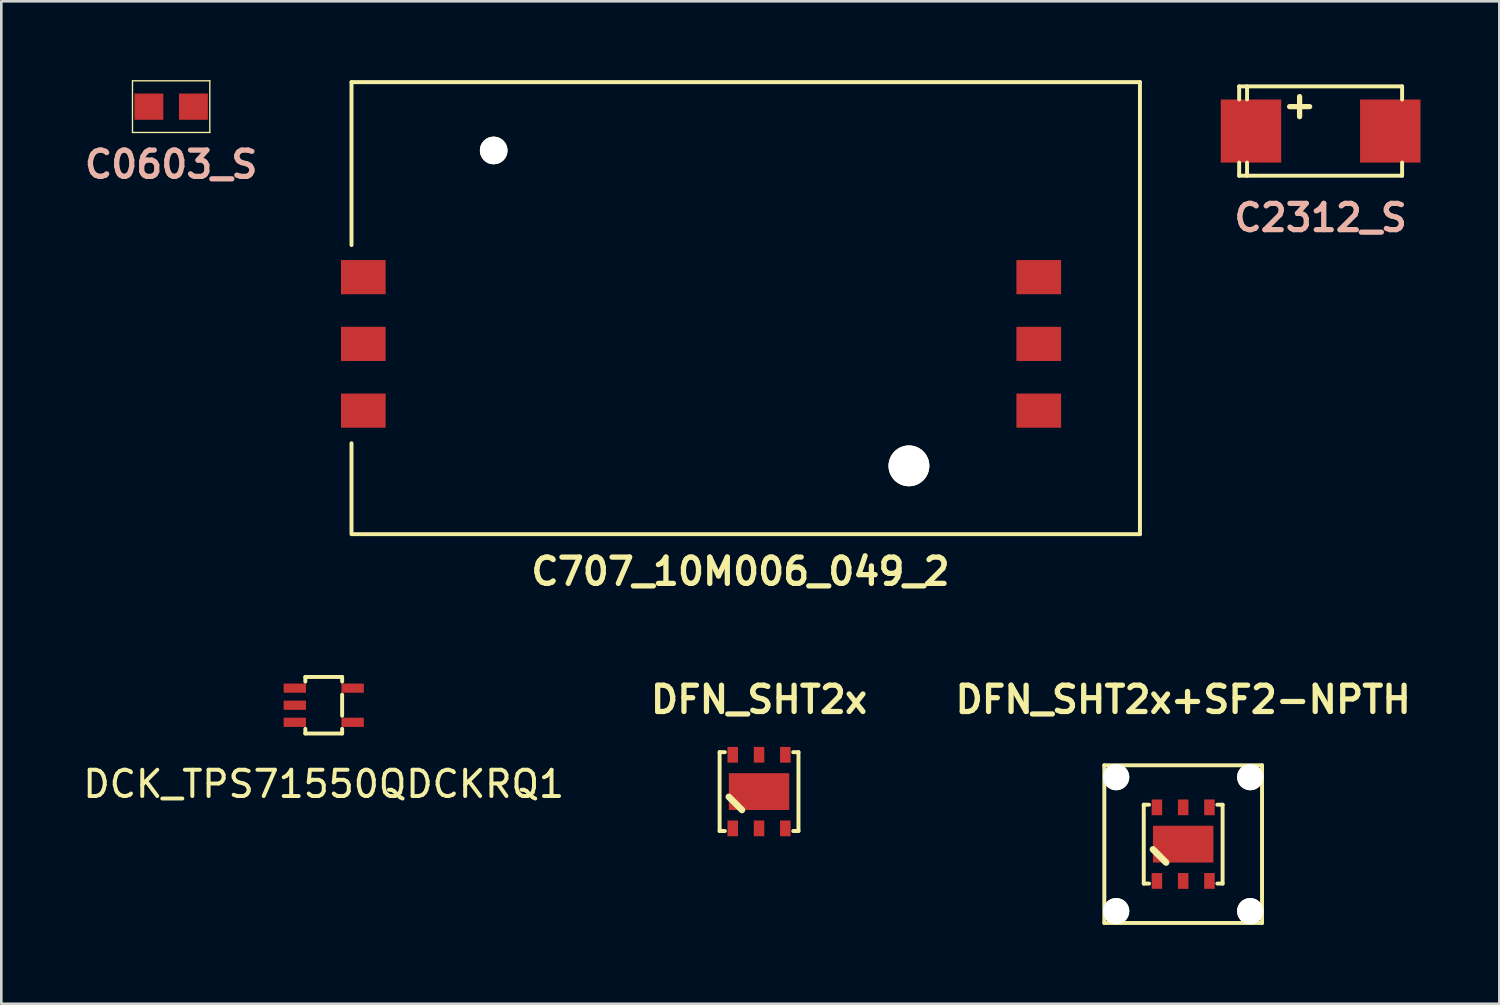
<source format=kicad_pcb>
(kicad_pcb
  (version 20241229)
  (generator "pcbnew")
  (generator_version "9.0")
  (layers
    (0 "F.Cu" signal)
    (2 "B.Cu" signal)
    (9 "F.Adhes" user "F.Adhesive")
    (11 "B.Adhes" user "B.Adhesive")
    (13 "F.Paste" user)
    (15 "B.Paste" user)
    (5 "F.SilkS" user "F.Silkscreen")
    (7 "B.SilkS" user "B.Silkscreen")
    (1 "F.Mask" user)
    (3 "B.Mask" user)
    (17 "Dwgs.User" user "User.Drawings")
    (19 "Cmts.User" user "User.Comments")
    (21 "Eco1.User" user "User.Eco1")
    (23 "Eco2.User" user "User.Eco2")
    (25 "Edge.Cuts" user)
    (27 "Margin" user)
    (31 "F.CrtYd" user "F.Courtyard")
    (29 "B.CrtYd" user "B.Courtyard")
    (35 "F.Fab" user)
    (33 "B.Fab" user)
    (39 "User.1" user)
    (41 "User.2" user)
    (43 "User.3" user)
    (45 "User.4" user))
  (footprint "C0603_S"
    (layer "F.Cu")
    (at 3.462 1.008)
    (property "Reference" "C0603_S" (at 0 2.2 0) (layer "B.SilkS") (effects (font (size 1 1) (thickness 0.2))))
    (attr smd)
    (fp_line (start -1.471 -0.983) (end 1.471 -0.983) (stroke (width 0.051) (type solid)) (layer "F.SilkS"))
    (fp_line (start -1.471 0.983) (end -1.471 -0.983) (stroke (width 0.051) (type solid)) (layer "F.SilkS"))
    (fp_line (start 1.471 -0.983) (end 1.471 0.983) (stroke (width 0.051) (type solid)) (layer "F.SilkS"))
    (fp_line (start 1.471 0.983) (end -1.471 0.983) (stroke (width 0.051) (type solid)) (layer "F.SilkS"))
    (pad "1" smd rect (at -0.848 0) (size 1.1 0.998) (layers "F.Cu" "F.Mask" "F.Paste"))
    (pad "2" smd rect (at 0.848 0) (size 1.1 0.998) (layers "F.Cu" "F.Mask" "F.Paste")))
  (footprint "DFN_SHT2x+SF2-NPTH"
    (layer "F.Cu")
    (at 41.969 29.069)
    (property "Reference" "DFN_SHT2x+SF2-NPTH" (at 0 -5.5 0) (layer "F.SilkS") (effects (font (size 1 1) (thickness 0.2))))
    (attr through_hole)
    (fp_line (start -3 -3) (end -3 3) (stroke (width 0.15) (type solid)) (layer "F.SilkS"))
    (fp_line (start -3 3) (end 3 3) (stroke (width 0.15) (type solid)) (layer "F.SilkS"))
    (fp_line (start -1.5 -1.5) (end -1.5 1.5) (stroke (width 0.15) (type solid)) (layer "F.SilkS"))
    (fp_line (start -1.3 -1.5) (end -1.5 -1.5) (stroke (width 0.15) (type solid)) (layer "F.SilkS"))
    (fp_line (start -1.3 1.5) (end -1.5 1.5) (stroke (width 0.15) (type solid)) (layer "F.SilkS"))
    (fp_line (start -1.15 0.2) (end -0.65 0.7) (stroke (width 0.25) (type solid)) (layer "F.SilkS"))
    (fp_line (start 1.3 -1.5) (end 1.5 -1.5) (stroke (width 0.15) (type solid)) (layer "F.SilkS"))
    (fp_line (start 1.5 -1.5) (end 1.5 1.5) (stroke (width 0.15) (type solid)) (layer "F.SilkS"))
    (fp_line (start 1.5 1.5) (end 1.3 1.5) (stroke (width 0.15) (type solid)) (layer "F.SilkS"))
    (fp_line (start 3 -3) (end -3 -3) (stroke (width 0.15) (type solid)) (layer "F.SilkS"))
    (fp_line (start 3 3) (end 3 -3) (stroke (width 0.15) (type solid)) (layer "F.SilkS"))
    (pad "" np_thru_hole circle (at -2.55 -2.55) (size 1 1) (drill 1) (layers "*.Cu" "*.Mask" "F.SilkS"))
    (pad "" np_thru_hole circle (at -2.55 2.55) (size 1 1) (drill 1) (layers "*.Cu" "*.Mask" "F.SilkS"))
    (pad "" smd rect (at 0 0) (size 2.3 1.4) (layers "F.Cu" "F.Mask" "F.Paste"))
    (pad "" np_thru_hole circle (at 2.55 -2.55) (size 1 1) (drill 1) (layers "*.Cu" "*.Mask" "F.SilkS"))
    (pad "" np_thru_hole circle (at 2.55 2.55) (size 1 1) (drill 1) (layers "*.Cu" "*.Mask" "F.SilkS"))
    (pad "1" smd rect (at -1 1.4) (size 0.4 0.6) (layers "F.Cu" "F.Mask" "F.Paste"))
    (pad "2" smd rect (at 0 1.4) (size 0.4 0.6) (layers "F.Cu" "F.Mask" "F.Paste"))
    (pad "3" smd rect (at 1 1.4) (size 0.4 0.6) (layers "F.Cu" "F.Mask" "F.Paste"))
    (pad "4" smd rect (at 1 -1.4) (size 0.4 0.6) (layers "F.Cu" "F.Mask" "F.Paste"))
    (pad "5" smd rect (at 0 -1.4) (size 0.4 0.6) (layers "F.Cu" "F.Mask" "F.Paste"))
    (pad "6" smd rect (at -1 -1.4) (size 0.4 0.6) (layers "F.Cu" "F.Mask" "F.Paste")))
  (footprint "C2312_S"
    (layer "F.Cu")
    (at 47.199 1.936)
    (property "Reference" "C2312_S" (at 0 3.3 0) (layer "B.SilkS") (effects (font (size 1 1) (thickness 0.2))))
    (attr smd)
    (fp_line (start -3.1 -1.7) (end -3.1 -1.2) (stroke (width 0.15) (type solid)) (layer "F.SilkS"))
    (fp_line (start -3.1 -1.7) (end 3.1 -1.7) (stroke (width 0.15) (type solid)) (layer "F.SilkS"))
    (fp_line (start -3.1 1.2) (end -3.1 1.7) (stroke (width 0.15) (type solid)) (layer "F.SilkS"))
    (fp_line (start -3.1 1.7) (end 3.1 1.7) (stroke (width 0.15) (type solid)) (layer "F.SilkS"))
    (fp_line (start -2.8 -1.7) (end -2.8 -1.2) (stroke (width 0.15) (type solid)) (layer "F.SilkS"))
    (fp_line (start -2.8 1.2) (end -2.8 1.7) (stroke (width 0.15) (type solid)) (layer "F.SilkS"))
    (fp_line (start 3.1 -1.7) (end 3.1 -1.2) (stroke (width 0.15) (type solid)) (layer "F.SilkS"))
    (fp_line (start 3.1 1.2) (end 3.1 1.7) (stroke (width 0.15) (type solid)) (layer "F.SilkS"))
    (fp_text user "+" (at -0.8 -1 0) (layer "F.SilkS") (effects (font (size 1 1) (thickness 0.2))))
    (pad "1" smd rect (at -2.65 0) (size 2.3 2.4) (layers "F.Cu" "F.Mask" "F.Paste"))
    (pad "2" smd rect (at 2.65 0) (size 2.3 2.4) (layers "F.Cu" "F.Mask" "F.Paste")))
  (footprint "DCK_TPS71550QDCKRQ1"
    (layer "F.Cu")
    (at 9.268 23.783)
    (property "Reference" "DCK_TPS71550QDCKRQ1" (at 0 3 0) (layer "F.SilkS") (effects (font (size 1 1) (thickness 0.15))))
    (attr through_hole)
    (fp_line (start -0.7 -1.075) (end 0.7 -1.075) (stroke (width 0.15) (type solid)) (layer "F.SilkS"))
    (fp_line (start -0.7 -0.9) (end -0.7 -1.075) (stroke (width 0.15) (type solid)) (layer "F.SilkS"))
    (fp_line (start -0.7 1.075) (end -0.7 0.9) (stroke (width 0.15) (type solid)) (layer "F.SilkS"))
    (fp_line (start -0.7 1.075) (end 0.7 1.075) (stroke (width 0.15) (type solid)) (layer "F.SilkS"))
    (fp_line (start 0.7 -1.075) (end 0.7 -0.9) (stroke (width 0.15) (type solid)) (layer "F.SilkS"))
    (fp_line (start 0.7 -0.4) (end 0.7 0.4) (stroke (width 0.15) (type solid)) (layer "F.SilkS"))
    (fp_line (start 0.7 0.9) (end 0.7 1.075) (stroke (width 0.15) (type solid)) (layer "F.SilkS"))
    (pad "1" smd rect (at -1.1 -0.65) (size 0.85 0.35) (layers "F.Cu" "F.Mask" "F.Paste"))
    (pad "2" smd rect (at -1.1 0) (size 0.85 0.35) (layers "F.Cu" "F.Mask" "F.Paste"))
    (pad "3" smd rect (at -1.1 0.65) (size 0.85 0.35) (layers "F.Cu" "F.Mask" "F.Paste"))
    (pad "4" smd rect (at 1.1 0.65) (size 0.85 0.35) (layers "F.Cu" "F.Mask" "F.Paste"))
    (pad "5" smd rect (at 1.1 -0.65) (size 0.85 0.35) (layers "F.Cu" "F.Mask" "F.Paste")))
  (footprint "C707_10M006_049_2"
    (layer "F.Cu")
    (at 10.774 7.495)
    (property "Reference" "C707_10M006_049_2" (at 14.35 11.2 0) (layer "F.SilkS") (effects (font (size 1.001 1.001) (thickness 0.201))))
    (attr through_hole)
    (fp_line (start -0.45 -7.42) (end 29.55 -7.42) (stroke (width 0.15) (type solid)) (layer "F.SilkS"))
    (fp_line (start -0.45 -1.22) (end -0.45 -7.42) (stroke (width 0.15) (type solid)) (layer "F.SilkS"))
    (fp_line (start -0.45 9.72) (end -0.45 6.32) (stroke (width 0.15) (type solid)) (layer "F.SilkS"))
    (fp_line (start -0.45 9.78) (end 29.55 9.78) (stroke (width 0.15) (type solid)) (layer "F.SilkS"))
    (fp_line (start 29.55 -7.42) (end 29.55 9.78) (stroke (width 0.15) (type solid)) (layer "F.SilkS"))
    (pad "" thru_hole circle (at 4.96 -4.82) (size 1.05 1.05) (drill 1.05) (layers "*.Cu" "*.Mask" "F.SilkS"))
    (pad "" thru_hole circle (at 20.76 7.18) (size 1.55 1.55) (drill 1.55) (layers "*.Cu" "*.Mask" "F.SilkS"))
    (pad "1" smd rect (at 0 5.08) (size 1.7 1.3) (layers "F.Cu" "F.Mask" "F.Paste"))
    (pad "2" smd rect (at 0 2.54) (size 1.7 1.3) (layers "F.Cu" "F.Mask" "F.Paste"))
    (pad "3" smd rect (at 0 0) (size 1.7 1.3) (layers "F.Cu" "F.Mask" "F.Paste"))
    (pad "5" smd rect (at 25.7 5.08) (size 1.7 1.3) (layers "F.Cu" "F.Mask" "F.Paste"))
    (pad "6" smd rect (at 25.7 2.54) (size 1.7 1.3) (layers "F.Cu" "F.Mask" "F.Paste"))
    (pad "7" smd rect (at 25.7 0) (size 1.7 1.3) (layers "F.Cu" "F.Mask" "F.Paste")))
  (footprint "DFN_SHT2x"
    (layer "F.Cu")
    (at 25.831 27.069)
    (property "Reference" "DFN_SHT2x" (at 0 -3.5 0) (layer "F.SilkS") (effects (font (size 1 1) (thickness 0.2))))
    (attr through_hole)
    (fp_line (start -1.5 -1.5) (end -1.5 1.5) (stroke (width 0.15) (type solid)) (layer "F.SilkS"))
    (fp_line (start -1.3 -1.5) (end -1.5 -1.5) (stroke (width 0.15) (type solid)) (layer "F.SilkS"))
    (fp_line (start -1.3 1.5) (end -1.5 1.5) (stroke (width 0.15) (type solid)) (layer "F.SilkS"))
    (fp_line (start -1.15 0.2) (end -0.65 0.7) (stroke (width 0.25) (type solid)) (layer "F.SilkS"))
    (fp_line (start 1.3 -1.5) (end 1.5 -1.5) (stroke (width 0.15) (type solid)) (layer "F.SilkS"))
    (fp_line (start 1.5 -1.5) (end 1.5 1.5) (stroke (width 0.15) (type solid)) (layer "F.SilkS"))
    (fp_line (start 1.5 1.5) (end 1.3 1.5) (stroke (width 0.15) (type solid)) (layer "F.SilkS"))
    (pad "" smd rect (at 0 0) (size 2.3 1.4) (layers "F.Cu" "F.Mask" "F.Paste"))
    (pad "1" smd rect (at -1 1.4) (size 0.4 0.6) (layers "F.Cu" "F.Mask" "F.Paste"))
    (pad "2" smd rect (at 0 1.4) (size 0.4 0.6) (layers "F.Cu" "F.Mask" "F.Paste"))
    (pad "3" smd rect (at 1 1.4) (size 0.4 0.6) (layers "F.Cu" "F.Mask" "F.Paste"))
    (pad "4" smd rect (at 1 -1.4) (size 0.4 0.6) (layers "F.Cu" "F.Mask" "F.Paste"))
    (pad "5" smd rect (at 0 -1.4) (size 0.4 0.6) (layers "F.Cu" "F.Mask" "F.Paste"))
    (pad "6" smd rect (at -1 -1.4) (size 0.4 0.6) (layers "F.Cu" "F.Mask" "F.Paste")))
  (gr_rect
    (start -3 -3)
    (end 53.999 35.143)
    (stroke (width 0.1) (type default))
    (fill no)
    (layer "Edge.Cuts")))
</source>
